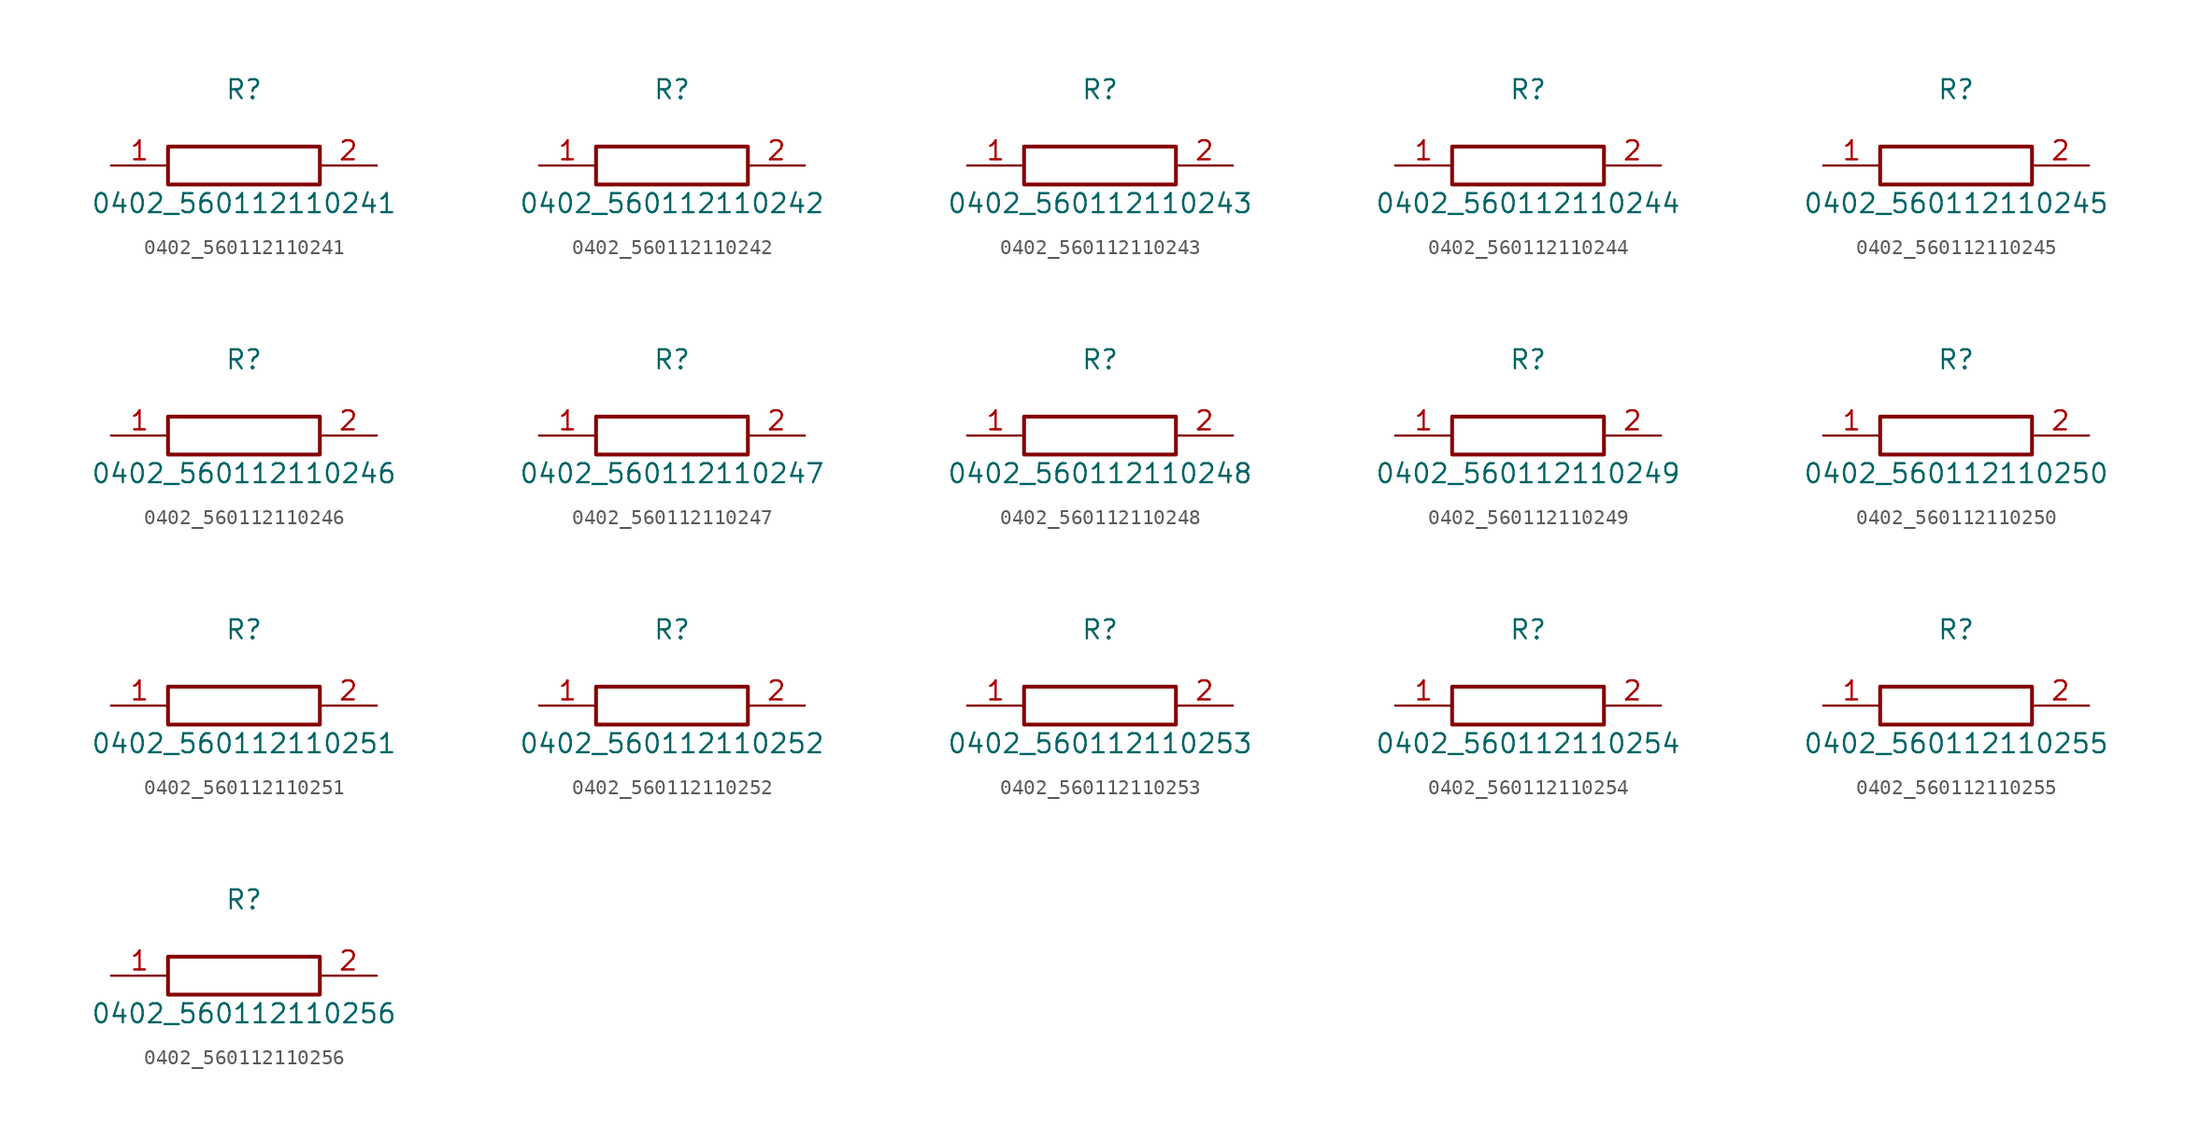
<source format=kicad_sym>
(kicad_symbol_lib
  (version 20211014)
  (generator kicad_symbol_editor)
  (symbol "Resistor_Wurth_WRIS-RSKS:0402_560112110241"
    (pin_names hide)
    (property "Reference" "R"
      (at 0 5.08 0)
      (effects (font (size 1.27 1.27))))
    (property "Value" "0402_560112110241"
      (at 0 -2.54 0)
      (effects (font (size 1.27 1.27))))
    (symbol "0402_560112110241_0_1"
      (rectangle (start -5.08 1.27) (end 5.08 -1.27) (stroke (width 0.254) (type solid)) (fill (type none)))
      (pin passive line (at -8.89 0 0) (length 3.81) (name "1" (effects (font (size 1.27 1.27)))) (number "1" (effects (font (size 1.27 1.27)))))
      (pin passive line (at 8.89 0 180) (length 3.81) (name "2" (effects (font (size 1.27 1.27)))) (number "2" (effects (font (size 1.27 1.27)))))))
  (symbol "Resistor_Wurth_WRIS-RSKS:0402_560112110242"
    (pin_names hide)
    (property "Reference" "R"
      (at 0 5.08 0)
      (effects (font (size 1.27 1.27))))
    (property "Value" "0402_560112110242"
      (at 0 -2.54 0)
      (effects (font (size 1.27 1.27))))
    (symbol "0402_560112110242_0_1"
      (rectangle (start -5.08 1.27) (end 5.08 -1.27) (stroke (width 0.254) (type solid)) (fill (type none)))
      (pin passive line (at -8.89 0 0) (length 3.81) (name "1" (effects (font (size 1.27 1.27)))) (number "1" (effects (font (size 1.27 1.27)))))
      (pin passive line (at 8.89 0 180) (length 3.81) (name "2" (effects (font (size 1.27 1.27)))) (number "2" (effects (font (size 1.27 1.27)))))))
  (symbol "Resistor_Wurth_WRIS-RSKS:0402_560112110243"
    (pin_names hide)
    (property "Reference" "R"
      (at 0 5.08 0)
      (effects (font (size 1.27 1.27))))
    (property "Value" "0402_560112110243"
      (at 0 -2.54 0)
      (effects (font (size 1.27 1.27))))
    (symbol "0402_560112110243_0_1"
      (rectangle (start -5.08 1.27) (end 5.08 -1.27) (stroke (width 0.254) (type solid)) (fill (type none)))
      (pin passive line (at -8.89 0 0) (length 3.81) (name "1" (effects (font (size 1.27 1.27)))) (number "1" (effects (font (size 1.27 1.27)))))
      (pin passive line (at 8.89 0 180) (length 3.81) (name "2" (effects (font (size 1.27 1.27)))) (number "2" (effects (font (size 1.27 1.27)))))))
  (symbol "Resistor_Wurth_WRIS-RSKS:0402_560112110244"
    (pin_names hide)
    (property "Reference" "R"
      (at 0 5.08 0)
      (effects (font (size 1.27 1.27))))
    (property "Value" "0402_560112110244"
      (at 0 -2.54 0)
      (effects (font (size 1.27 1.27))))
    (symbol "0402_560112110244_0_1"
      (rectangle (start -5.08 1.27) (end 5.08 -1.27) (stroke (width 0.254) (type solid)) (fill (type none)))
      (pin passive line (at -8.89 0 0) (length 3.81) (name "1" (effects (font (size 1.27 1.27)))) (number "1" (effects (font (size 1.27 1.27)))))
      (pin passive line (at 8.89 0 180) (length 3.81) (name "2" (effects (font (size 1.27 1.27)))) (number "2" (effects (font (size 1.27 1.27)))))))
  (symbol "Resistor_Wurth_WRIS-RSKS:0402_560112110245"
    (pin_names hide)
    (property "Reference" "R"
      (at 0 5.08 0)
      (effects (font (size 1.27 1.27))))
    (property "Value" "0402_560112110245"
      (at 0 -2.54 0)
      (effects (font (size 1.27 1.27))))
    (symbol "0402_560112110245_0_1"
      (rectangle (start -5.08 1.27) (end 5.08 -1.27) (stroke (width 0.254) (type solid)) (fill (type none)))
      (pin passive line (at -8.89 0 0) (length 3.81) (name "1" (effects (font (size 1.27 1.27)))) (number "1" (effects (font (size 1.27 1.27)))))
      (pin passive line (at 8.89 0 180) (length 3.81) (name "2" (effects (font (size 1.27 1.27)))) (number "2" (effects (font (size 1.27 1.27)))))))
  (symbol "Resistor_Wurth_WRIS-RSKS:0402_560112110246"
    (pin_names hide)
    (property "Reference" "R"
      (at 0 5.08 0)
      (effects (font (size 1.27 1.27))))
    (property "Value" "0402_560112110246"
      (at 0 -2.54 0)
      (effects (font (size 1.27 1.27))))
    (symbol "0402_560112110246_0_1"
      (rectangle (start -5.08 1.27) (end 5.08 -1.27) (stroke (width 0.254) (type solid)) (fill (type none)))
      (pin passive line (at -8.89 0 0) (length 3.81) (name "1" (effects (font (size 1.27 1.27)))) (number "1" (effects (font (size 1.27 1.27)))))
      (pin passive line (at 8.89 0 180) (length 3.81) (name "2" (effects (font (size 1.27 1.27)))) (number "2" (effects (font (size 1.27 1.27)))))))
  (symbol "Resistor_Wurth_WRIS-RSKS:0402_560112110247"
    (pin_names hide)
    (property "Reference" "R"
      (at 0 5.08 0)
      (effects (font (size 1.27 1.27))))
    (property "Value" "0402_560112110247"
      (at 0 -2.54 0)
      (effects (font (size 1.27 1.27))))
    (symbol "0402_560112110247_0_1"
      (rectangle (start -5.08 1.27) (end 5.08 -1.27) (stroke (width 0.254) (type solid)) (fill (type none)))
      (pin passive line (at -8.89 0 0) (length 3.81) (name "1" (effects (font (size 1.27 1.27)))) (number "1" (effects (font (size 1.27 1.27)))))
      (pin passive line (at 8.89 0 180) (length 3.81) (name "2" (effects (font (size 1.27 1.27)))) (number "2" (effects (font (size 1.27 1.27)))))))
  (symbol "Resistor_Wurth_WRIS-RSKS:0402_560112110248"
    (pin_names hide)
    (property "Reference" "R"
      (at 0 5.08 0)
      (effects (font (size 1.27 1.27))))
    (property "Value" "0402_560112110248"
      (at 0 -2.54 0)
      (effects (font (size 1.27 1.27))))
    (symbol "0402_560112110248_0_1"
      (rectangle (start -5.08 1.27) (end 5.08 -1.27) (stroke (width 0.254) (type solid)) (fill (type none)))
      (pin passive line (at -8.89 0 0) (length 3.81) (name "1" (effects (font (size 1.27 1.27)))) (number "1" (effects (font (size 1.27 1.27)))))
      (pin passive line (at 8.89 0 180) (length 3.81) (name "2" (effects (font (size 1.27 1.27)))) (number "2" (effects (font (size 1.27 1.27)))))))
  (symbol "Resistor_Wurth_WRIS-RSKS:0402_560112110249"
    (pin_names hide)
    (property "Reference" "R"
      (at 0 5.08 0)
      (effects (font (size 1.27 1.27))))
    (property "Value" "0402_560112110249"
      (at 0 -2.54 0)
      (effects (font (size 1.27 1.27))))
    (symbol "0402_560112110249_0_1"
      (rectangle (start -5.08 1.27) (end 5.08 -1.27) (stroke (width 0.254) (type solid)) (fill (type none)))
      (pin passive line (at -8.89 0 0) (length 3.81) (name "1" (effects (font (size 1.27 1.27)))) (number "1" (effects (font (size 1.27 1.27)))))
      (pin passive line (at 8.89 0 180) (length 3.81) (name "2" (effects (font (size 1.27 1.27)))) (number "2" (effects (font (size 1.27 1.27)))))))
  (symbol "Resistor_Wurth_WRIS-RSKS:0402_560112110250"
    (pin_names hide)
    (property "Reference" "R"
      (at 0 5.08 0)
      (effects (font (size 1.27 1.27))))
    (property "Value" "0402_560112110250"
      (at 0 -2.54 0)
      (effects (font (size 1.27 1.27))))
    (symbol "0402_560112110250_0_1"
      (rectangle (start -5.08 1.27) (end 5.08 -1.27) (stroke (width 0.254) (type solid)) (fill (type none)))
      (pin passive line (at -8.89 0 0) (length 3.81) (name "1" (effects (font (size 1.27 1.27)))) (number "1" (effects (font (size 1.27 1.27)))))
      (pin passive line (at 8.89 0 180) (length 3.81) (name "2" (effects (font (size 1.27 1.27)))) (number "2" (effects (font (size 1.27 1.27)))))))
  (symbol "Resistor_Wurth_WRIS-RSKS:0402_560112110251"
    (pin_names hide)
    (property "Reference" "R"
      (at 0 5.08 0)
      (effects (font (size 1.27 1.27))))
    (property "Value" "0402_560112110251"
      (at 0 -2.54 0)
      (effects (font (size 1.27 1.27))))
    (symbol "0402_560112110251_0_1"
      (rectangle (start -5.08 1.27) (end 5.08 -1.27) (stroke (width 0.254) (type solid)) (fill (type none)))
      (pin passive line (at -8.89 0 0) (length 3.81) (name "1" (effects (font (size 1.27 1.27)))) (number "1" (effects (font (size 1.27 1.27)))))
      (pin passive line (at 8.89 0 180) (length 3.81) (name "2" (effects (font (size 1.27 1.27)))) (number "2" (effects (font (size 1.27 1.27)))))))
  (symbol "Resistor_Wurth_WRIS-RSKS:0402_560112110252"
    (pin_names hide)
    (property "Reference" "R"
      (at 0 5.08 0)
      (effects (font (size 1.27 1.27))))
    (property "Value" "0402_560112110252"
      (at 0 -2.54 0)
      (effects (font (size 1.27 1.27))))
    (symbol "0402_560112110252_0_1"
      (rectangle (start -5.08 1.27) (end 5.08 -1.27) (stroke (width 0.254) (type solid)) (fill (type none)))
      (pin passive line (at -8.89 0 0) (length 3.81) (name "1" (effects (font (size 1.27 1.27)))) (number "1" (effects (font (size 1.27 1.27)))))
      (pin passive line (at 8.89 0 180) (length 3.81) (name "2" (effects (font (size 1.27 1.27)))) (number "2" (effects (font (size 1.27 1.27)))))))
  (symbol "Resistor_Wurth_WRIS-RSKS:0402_560112110253"
    (pin_names hide)
    (property "Reference" "R"
      (at 0 5.08 0)
      (effects (font (size 1.27 1.27))))
    (property "Value" "0402_560112110253"
      (at 0 -2.54 0)
      (effects (font (size 1.27 1.27))))
    (symbol "0402_560112110253_0_1"
      (rectangle (start -5.08 1.27) (end 5.08 -1.27) (stroke (width 0.254) (type solid)) (fill (type none)))
      (pin passive line (at -8.89 0 0) (length 3.81) (name "1" (effects (font (size 1.27 1.27)))) (number "1" (effects (font (size 1.27 1.27)))))
      (pin passive line (at 8.89 0 180) (length 3.81) (name "2" (effects (font (size 1.27 1.27)))) (number "2" (effects (font (size 1.27 1.27)))))))
  (symbol "Resistor_Wurth_WRIS-RSKS:0402_560112110254"
    (pin_names hide)
    (property "Reference" "R"
      (at 0 5.08 0)
      (effects (font (size 1.27 1.27))))
    (property "Value" "0402_560112110254"
      (at 0 -2.54 0)
      (effects (font (size 1.27 1.27))))
    (symbol "0402_560112110254_0_1"
      (rectangle (start -5.08 1.27) (end 5.08 -1.27) (stroke (width 0.254) (type solid)) (fill (type none)))
      (pin passive line (at -8.89 0 0) (length 3.81) (name "1" (effects (font (size 1.27 1.27)))) (number "1" (effects (font (size 1.27 1.27)))))
      (pin passive line (at 8.89 0 180) (length 3.81) (name "2" (effects (font (size 1.27 1.27)))) (number "2" (effects (font (size 1.27 1.27)))))))
  (symbol "Resistor_Wurth_WRIS-RSKS:0402_560112110255"
    (pin_names hide)
    (property "Reference" "R"
      (at 0 5.08 0)
      (effects (font (size 1.27 1.27))))
    (property "Value" "0402_560112110255"
      (at 0 -2.54 0)
      (effects (font (size 1.27 1.27))))
    (symbol "0402_560112110255_0_1"
      (rectangle (start -5.08 1.27) (end 5.08 -1.27) (stroke (width 0.254) (type solid)) (fill (type none)))
      (pin passive line (at -8.89 0 0) (length 3.81) (name "1" (effects (font (size 1.27 1.27)))) (number "1" (effects (font (size 1.27 1.27)))))
      (pin passive line (at 8.89 0 180) (length 3.81) (name "2" (effects (font (size 1.27 1.27)))) (number "2" (effects (font (size 1.27 1.27)))))))
  (symbol "Resistor_Wurth_WRIS-RSKS:0402_560112110256"
    (pin_names hide)
    (property "Reference" "R"
      (at 0 5.08 0)
      (effects (font (size 1.27 1.27))))
    (property "Value" "0402_560112110256"
      (at 0 -2.54 0)
      (effects (font (size 1.27 1.27))))
    (symbol "0402_560112110256_0_1"
      (rectangle (start -5.08 1.27) (end 5.08 -1.27) (stroke (width 0.254) (type solid)) (fill (type none)))
      (pin passive line (at -8.89 0 0) (length 3.81) (name "1" (effects (font (size 1.27 1.27)))) (number "1" (effects (font (size 1.27 1.27)))))
      (pin passive line (at 8.89 0 180) (length 3.81) (name "2" (effects (font (size 1.27 1.27)))) (number "2" (effects (font (size 1.27 1.27))))))))
</source>
